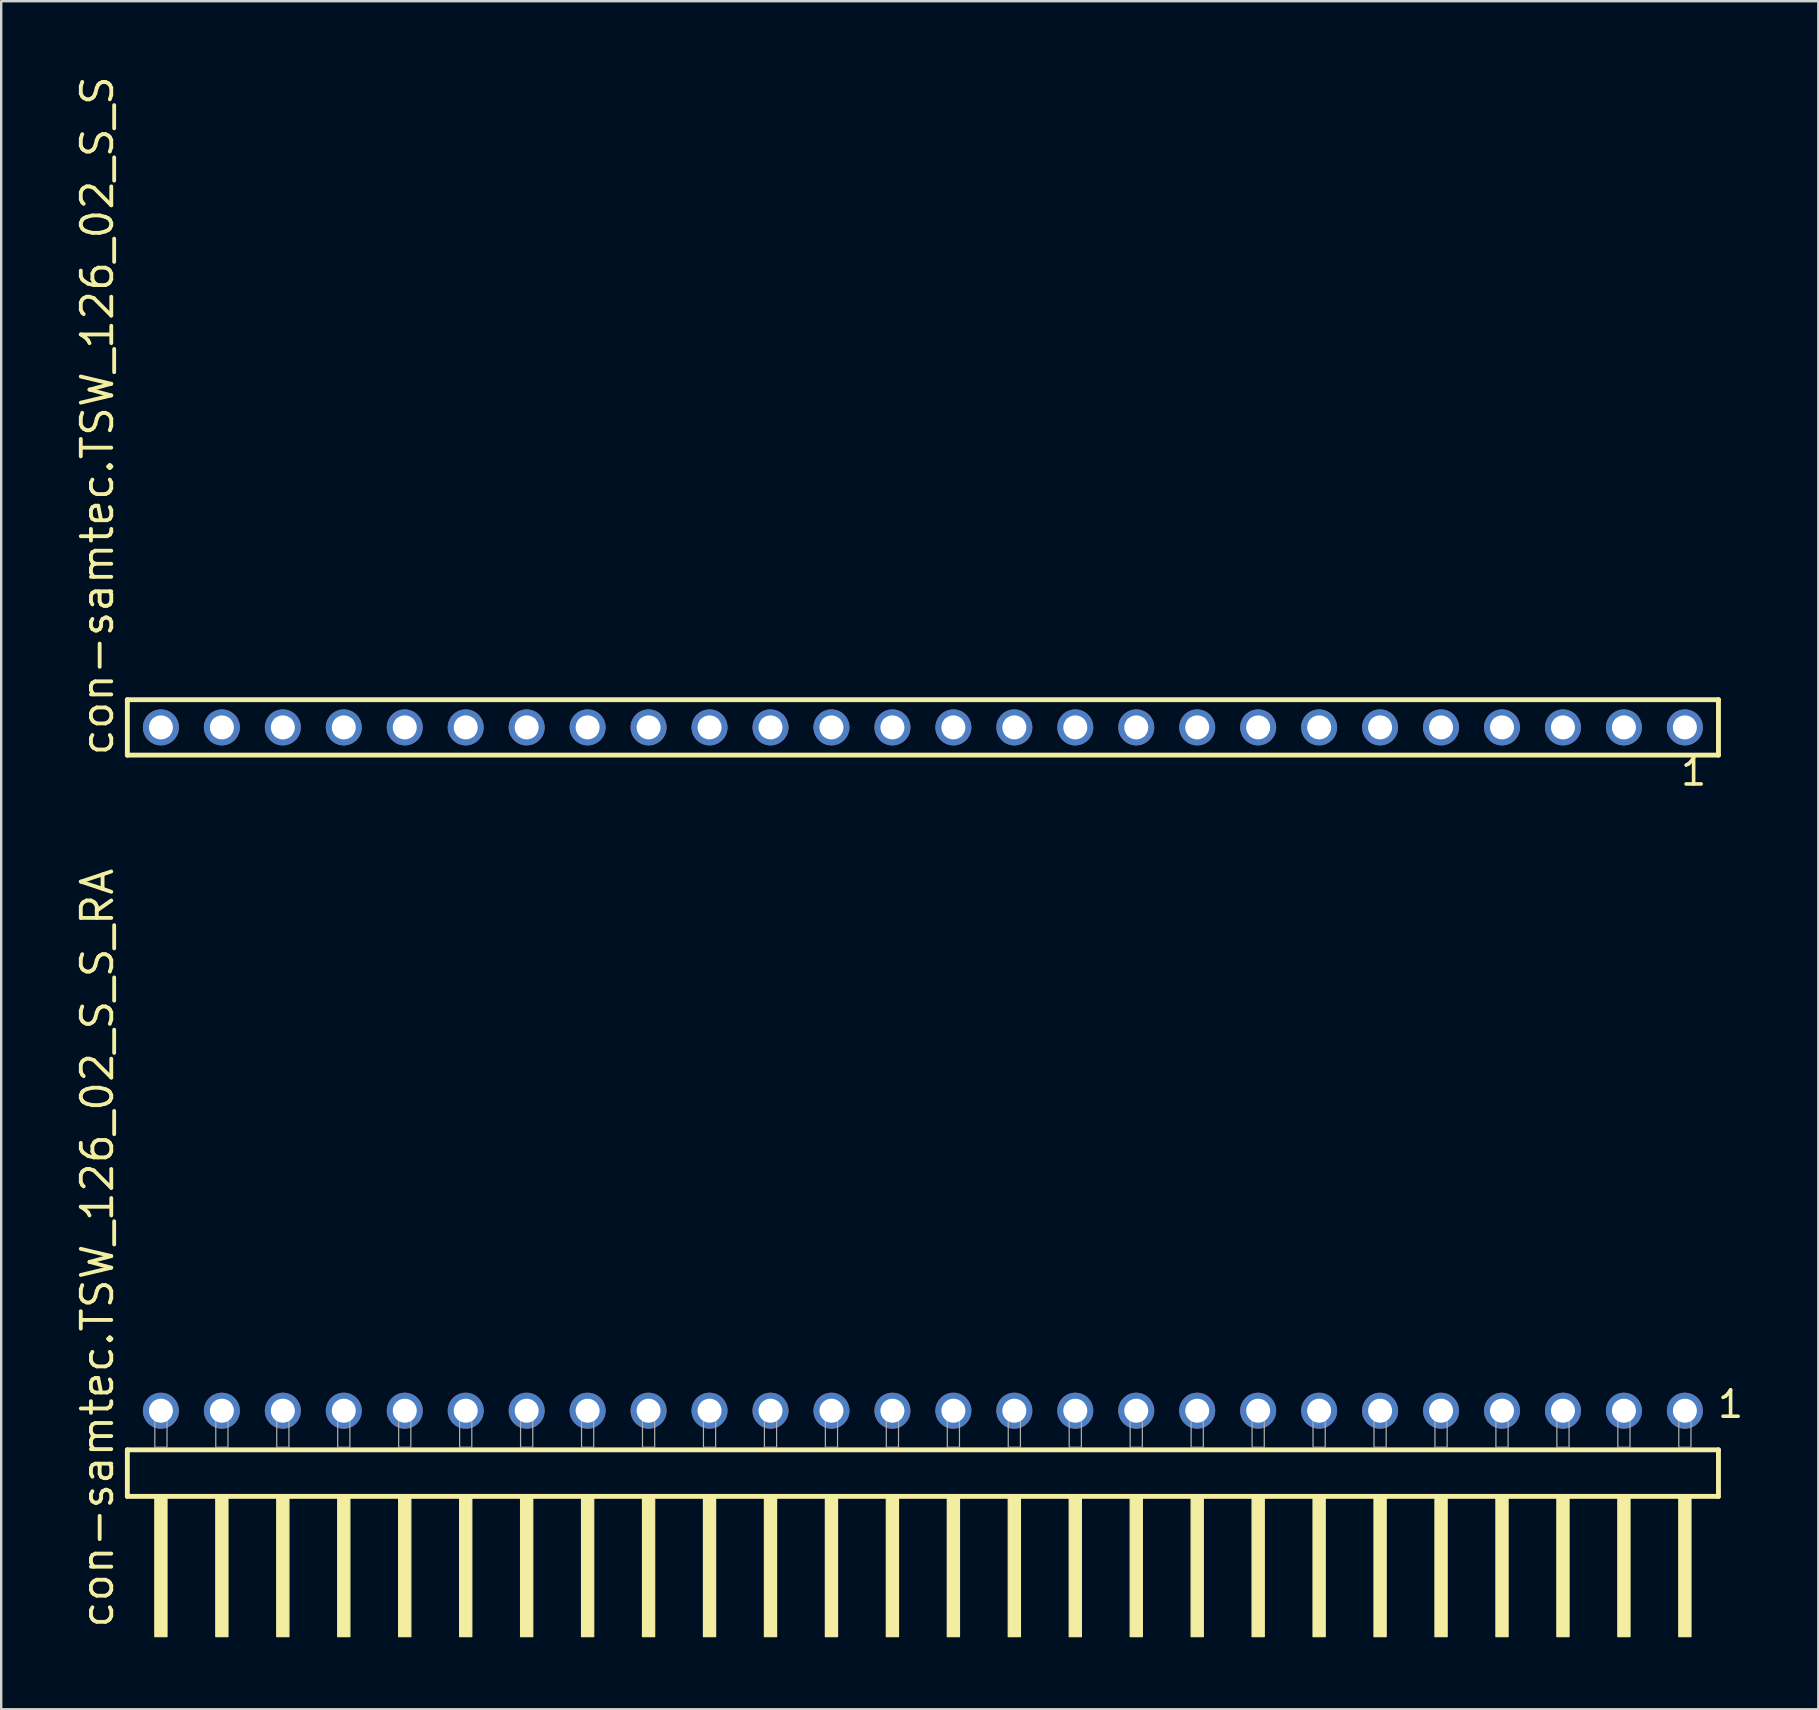
<source format=kicad_pcb>
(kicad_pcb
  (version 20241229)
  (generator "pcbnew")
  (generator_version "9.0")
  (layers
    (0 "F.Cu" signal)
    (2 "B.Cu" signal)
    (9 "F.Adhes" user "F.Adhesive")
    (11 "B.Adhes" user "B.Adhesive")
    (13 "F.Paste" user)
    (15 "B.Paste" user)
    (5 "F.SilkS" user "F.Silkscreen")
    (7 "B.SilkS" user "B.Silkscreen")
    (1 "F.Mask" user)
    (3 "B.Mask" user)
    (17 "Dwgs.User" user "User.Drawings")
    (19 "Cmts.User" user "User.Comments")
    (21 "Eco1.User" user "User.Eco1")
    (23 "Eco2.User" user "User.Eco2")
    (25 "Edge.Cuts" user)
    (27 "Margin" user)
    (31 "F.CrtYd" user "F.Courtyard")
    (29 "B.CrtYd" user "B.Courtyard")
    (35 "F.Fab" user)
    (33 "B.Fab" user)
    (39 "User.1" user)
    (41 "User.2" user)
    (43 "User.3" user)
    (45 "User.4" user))
  (footprint "con-samtec.TSW_126_02_S_S"
    (layer "F.Cu")
    (at 35.405 27.259)
    (property "Reference" "con-samtec.TSW_126_02_S_S" (at -33.655 1.27 90) (layer "F.SilkS") (effects (font (size 1.27 1.27) (thickness 0.16)) (justify left bottom)))
    (attr through_hole)
    (fp_line (start -33.149 -1.155) (end 33.149 -1.155) (stroke (width 0.203) (type default)) (layer "F.SilkS"))
    (fp_line (start -33.149 1.155) (end -33.149 -1.155) (stroke (width 0.203) (type default)) (layer "F.SilkS"))
    (fp_line (start 33.149 -1.155) (end 33.149 1.155) (stroke (width 0.203) (type default)) (layer "F.SilkS"))
    (fp_line (start 33.149 1.155) (end -33.149 1.155) (stroke (width 0.203) (type default)) (layer "F.SilkS"))
    (fp_rect (start -32.1 0.35) (end -31.4 -0.35) (stroke (width 0.05) (type default)) (fill no) (layer "F.Fab"))
    (fp_rect (start -29.56 0.35) (end -28.86 -0.35) (stroke (width 0.05) (type default)) (fill no) (layer "F.Fab"))
    (fp_rect (start -27.02 0.35) (end -26.32 -0.35) (stroke (width 0.05) (type default)) (fill no) (layer "F.Fab"))
    (fp_rect (start -24.48 0.35) (end -23.78 -0.35) (stroke (width 0.05) (type default)) (fill no) (layer "F.Fab"))
    (fp_rect (start -21.94 0.35) (end -21.24 -0.35) (stroke (width 0.05) (type default)) (fill no) (layer "F.Fab"))
    (fp_rect (start -19.4 0.35) (end -18.7 -0.35) (stroke (width 0.05) (type default)) (fill no) (layer "F.Fab"))
    (fp_rect (start -16.86 0.35) (end -16.16 -0.35) (stroke (width 0.05) (type default)) (fill no) (layer "F.Fab"))
    (fp_rect (start -14.32 0.35) (end -13.62 -0.35) (stroke (width 0.05) (type default)) (fill no) (layer "F.Fab"))
    (fp_rect (start -11.78 0.35) (end -11.08 -0.35) (stroke (width 0.05) (type default)) (fill no) (layer "F.Fab"))
    (fp_rect (start -9.24 0.35) (end -8.54 -0.35) (stroke (width 0.05) (type default)) (fill no) (layer "F.Fab"))
    (fp_rect (start -6.7 0.35) (end -6 -0.35) (stroke (width 0.05) (type default)) (fill no) (layer "F.Fab"))
    (fp_rect (start -4.16 0.35) (end -3.46 -0.35) (stroke (width 0.05) (type default)) (fill no) (layer "F.Fab"))
    (fp_rect (start -1.62 0.35) (end -0.92 -0.35) (stroke (width 0.05) (type default)) (fill no) (layer "F.Fab"))
    (fp_rect (start 0.92 0.35) (end 1.62 -0.35) (stroke (width 0.05) (type default)) (fill no) (layer "F.Fab"))
    (fp_rect (start 3.46 0.35) (end 4.16 -0.35) (stroke (width 0.05) (type default)) (fill no) (layer "F.Fab"))
    (fp_rect (start 6 0.35) (end 6.7 -0.35) (stroke (width 0.05) (type default)) (fill no) (layer "F.Fab"))
    (fp_rect (start 8.54 0.35) (end 9.24 -0.35) (stroke (width 0.05) (type default)) (fill no) (layer "F.Fab"))
    (fp_rect (start 11.08 0.35) (end 11.78 -0.35) (stroke (width 0.05) (type default)) (fill no) (layer "F.Fab"))
    (fp_rect (start 13.62 0.35) (end 14.32 -0.35) (stroke (width 0.05) (type default)) (fill no) (layer "F.Fab"))
    (fp_rect (start 16.16 0.35) (end 16.86 -0.35) (stroke (width 0.05) (type default)) (fill no) (layer "F.Fab"))
    (fp_rect (start 18.7 0.35) (end 19.4 -0.35) (stroke (width 0.05) (type default)) (fill no) (layer "F.Fab"))
    (fp_rect (start 21.24 0.35) (end 21.94 -0.35) (stroke (width 0.05) (type default)) (fill no) (layer "F.Fab"))
    (fp_rect (start 23.78 0.35) (end 24.48 -0.35) (stroke (width 0.05) (type default)) (fill no) (layer "F.Fab"))
    (fp_rect (start 26.32 0.35) (end 27.02 -0.35) (stroke (width 0.05) (type default)) (fill no) (layer "F.Fab"))
    (fp_rect (start 28.86 0.35) (end 29.56 -0.35) (stroke (width 0.05) (type default)) (fill no) (layer "F.Fab"))
    (fp_rect (start 31.4 0.35) (end 32.1 -0.35) (stroke (width 0.05) (type default)) (fill no) (layer "F.Fab"))
    (fp_text user "1" (at 31.492 2.498 0) (layer "F.SilkS") (effects (font (size 1.1 1.1) (thickness 0.15)) (justify left bottom)))
    (pad "1" thru_hole circle (at 31.75 0 180) (size 1.5 1.5) (drill 1) (layers "*.Cu" "*.Mask"))
    (pad "2" thru_hole circle (at 29.21 0 180) (size 1.5 1.5) (drill 1) (layers "*.Cu" "*.Mask"))
    (pad "3" thru_hole circle (at 26.67 0 180) (size 1.5 1.5) (drill 1) (layers "*.Cu" "*.Mask"))
    (pad "4" thru_hole circle (at 24.13 0 180) (size 1.5 1.5) (drill 1) (layers "*.Cu" "*.Mask"))
    (pad "5" thru_hole circle (at 21.59 0 180) (size 1.5 1.5) (drill 1) (layers "*.Cu" "*.Mask"))
    (pad "6" thru_hole circle (at 19.05 0 180) (size 1.5 1.5) (drill 1) (layers "*.Cu" "*.Mask"))
    (pad "7" thru_hole circle (at 16.51 0 180) (size 1.5 1.5) (drill 1) (layers "*.Cu" "*.Mask"))
    (pad "8" thru_hole circle (at 13.97 0 180) (size 1.5 1.5) (drill 1) (layers "*.Cu" "*.Mask"))
    (pad "9" thru_hole circle (at 11.43 0 180) (size 1.5 1.5) (drill 1) (layers "*.Cu" "*.Mask"))
    (pad "10" thru_hole circle (at 8.89 0 180) (size 1.5 1.5) (drill 1) (layers "*.Cu" "*.Mask"))
    (pad "11" thru_hole circle (at 6.35 0 180) (size 1.5 1.5) (drill 1) (layers "*.Cu" "*.Mask"))
    (pad "12" thru_hole circle (at 3.81 0 180) (size 1.5 1.5) (drill 1) (layers "*.Cu" "*.Mask"))
    (pad "13" thru_hole circle (at 1.27 0 180) (size 1.5 1.5) (drill 1) (layers "*.Cu" "*.Mask"))
    (pad "14" thru_hole circle (at -1.27 0 180) (size 1.5 1.5) (drill 1) (layers "*.Cu" "*.Mask"))
    (pad "15" thru_hole circle (at -3.81 0 180) (size 1.5 1.5) (drill 1) (layers "*.Cu" "*.Mask"))
    (pad "16" thru_hole circle (at -6.35 0 180) (size 1.5 1.5) (drill 1) (layers "*.Cu" "*.Mask"))
    (pad "17" thru_hole circle (at -8.89 0 180) (size 1.5 1.5) (drill 1) (layers "*.Cu" "*.Mask"))
    (pad "18" thru_hole circle (at -11.43 0 180) (size 1.5 1.5) (drill 1) (layers "*.Cu" "*.Mask"))
    (pad "19" thru_hole circle (at -13.97 0 180) (size 1.5 1.5) (drill 1) (layers "*.Cu" "*.Mask"))
    (pad "20" thru_hole circle (at -16.51 0 180) (size 1.5 1.5) (drill 1) (layers "*.Cu" "*.Mask"))
    (pad "21" thru_hole circle (at -19.05 0 180) (size 1.5 1.5) (drill 1) (layers "*.Cu" "*.Mask"))
    (pad "22" thru_hole circle (at -21.59 0 180) (size 1.5 1.5) (drill 1) (layers "*.Cu" "*.Mask"))
    (pad "23" thru_hole circle (at -24.13 0 180) (size 1.5 1.5) (drill 1) (layers "*.Cu" "*.Mask"))
    (pad "24" thru_hole circle (at -26.67 0 180) (size 1.5 1.5) (drill 1) (layers "*.Cu" "*.Mask"))
    (pad "25" thru_hole circle (at -29.21 0 180) (size 1.5 1.5) (drill 1) (layers "*.Cu" "*.Mask"))
    (pad "26" thru_hole circle (at -31.75 0 180) (size 1.5 1.5) (drill 1) (layers "*.Cu" "*.Mask")))
  (footprint "con-samtec.TSW_126_02_S_S_RA"
    (layer "F.Cu")
    (at 35.405 57.255)
    (property "Reference" "con-samtec.TSW_126_02_S_S_RA" (at -33.655 7.62 90) (layer "F.SilkS") (effects (font (size 1.27 1.27) (thickness 0.16)) (justify left bottom)))
    (attr through_hole)
    (fp_line (start -33.149 0.106) (end -33.149 2.046) (stroke (width 0.203) (type default)) (layer "F.SilkS"))
    (fp_line (start -33.149 2.046) (end 33.149 2.046) (stroke (width 0.203) (type default)) (layer "F.SilkS"))
    (fp_line (start 33.149 0.106) (end -33.149 0.106) (stroke (width 0.203) (type default)) (layer "F.SilkS"))
    (fp_line (start 33.149 2.046) (end 33.149 0.106) (stroke (width 0.203) (type default)) (layer "F.SilkS"))
    (fp_rect (start -32.004 7.89) (end -31.496 2.04) (stroke (width 0.05) (type default)) (fill yes) (layer "F.SilkS"))
    (fp_rect (start -29.464 7.89) (end -28.956 2.04) (stroke (width 0.05) (type default)) (fill yes) (layer "F.SilkS"))
    (fp_rect (start -26.924 7.89) (end -26.416 2.04) (stroke (width 0.05) (type default)) (fill yes) (layer "F.SilkS"))
    (fp_rect (start -24.384 7.89) (end -23.876 2.04) (stroke (width 0.05) (type default)) (fill yes) (layer "F.SilkS"))
    (fp_rect (start -21.844 7.89) (end -21.336 2.04) (stroke (width 0.05) (type default)) (fill yes) (layer "F.SilkS"))
    (fp_rect (start -19.304 7.89) (end -18.796 2.04) (stroke (width 0.05) (type default)) (fill yes) (layer "F.SilkS"))
    (fp_rect (start -16.764 7.89) (end -16.256 2.04) (stroke (width 0.05) (type default)) (fill yes) (layer "F.SilkS"))
    (fp_rect (start -14.224 7.89) (end -13.716 2.04) (stroke (width 0.05) (type default)) (fill yes) (layer "F.SilkS"))
    (fp_rect (start -11.684 7.89) (end -11.176 2.04) (stroke (width 0.05) (type default)) (fill yes) (layer "F.SilkS"))
    (fp_rect (start -9.144 7.89) (end -8.636 2.04) (stroke (width 0.05) (type default)) (fill yes) (layer "F.SilkS"))
    (fp_rect (start -6.604 7.89) (end -6.096 2.04) (stroke (width 0.05) (type default)) (fill yes) (layer "F.SilkS"))
    (fp_rect (start -4.064 7.89) (end -3.556 2.04) (stroke (width 0.05) (type default)) (fill yes) (layer "F.SilkS"))
    (fp_rect (start -1.524 7.89) (end -1.016 2.04) (stroke (width 0.05) (type default)) (fill yes) (layer "F.SilkS"))
    (fp_rect (start 1.016 7.89) (end 1.524 2.04) (stroke (width 0.05) (type default)) (fill yes) (layer "F.SilkS"))
    (fp_rect (start 3.556 7.89) (end 4.064 2.04) (stroke (width 0.05) (type default)) (fill yes) (layer "F.SilkS"))
    (fp_rect (start 6.096 7.89) (end 6.604 2.04) (stroke (width 0.05) (type default)) (fill yes) (layer "F.SilkS"))
    (fp_rect (start 8.636 7.89) (end 9.144 2.04) (stroke (width 0.05) (type default)) (fill yes) (layer "F.SilkS"))
    (fp_rect (start 11.176 7.89) (end 11.684 2.04) (stroke (width 0.05) (type default)) (fill yes) (layer "F.SilkS"))
    (fp_rect (start 13.716 7.89) (end 14.224 2.04) (stroke (width 0.05) (type default)) (fill yes) (layer "F.SilkS"))
    (fp_rect (start 16.256 7.89) (end 16.764 2.04) (stroke (width 0.05) (type default)) (fill yes) (layer "F.SilkS"))
    (fp_rect (start 18.796 7.89) (end 19.304 2.04) (stroke (width 0.05) (type default)) (fill yes) (layer "F.SilkS"))
    (fp_rect (start 21.336 7.89) (end 21.844 2.04) (stroke (width 0.05) (type default)) (fill yes) (layer "F.SilkS"))
    (fp_rect (start 23.876 7.89) (end 24.384 2.04) (stroke (width 0.05) (type default)) (fill yes) (layer "F.SilkS"))
    (fp_rect (start 26.416 7.89) (end 26.924 2.04) (stroke (width 0.05) (type default)) (fill yes) (layer "F.SilkS"))
    (fp_rect (start 28.956 7.89) (end 29.464 2.04) (stroke (width 0.05) (type default)) (fill yes) (layer "F.SilkS"))
    (fp_rect (start 31.496 7.89) (end 32.004 2.04) (stroke (width 0.05) (type default)) (fill yes) (layer "F.SilkS"))
    (fp_rect (start -32.004 0) (end -31.496 -1.778) (stroke (width 0.05) (type default)) (fill no) (layer "F.Fab"))
    (fp_rect (start -29.464 0) (end -28.956 -1.778) (stroke (width 0.05) (type default)) (fill no) (layer "F.Fab"))
    (fp_rect (start -26.924 0) (end -26.416 -1.778) (stroke (width 0.05) (type default)) (fill no) (layer "F.Fab"))
    (fp_rect (start -24.384 0) (end -23.876 -1.778) (stroke (width 0.05) (type default)) (fill no) (layer "F.Fab"))
    (fp_rect (start -21.844 0) (end -21.336 -1.778) (stroke (width 0.05) (type default)) (fill no) (layer "F.Fab"))
    (fp_rect (start -19.304 0) (end -18.796 -1.778) (stroke (width 0.05) (type default)) (fill no) (layer "F.Fab"))
    (fp_rect (start -16.764 0) (end -16.256 -1.778) (stroke (width 0.05) (type default)) (fill no) (layer "F.Fab"))
    (fp_rect (start -14.224 0) (end -13.716 -1.778) (stroke (width 0.05) (type default)) (fill no) (layer "F.Fab"))
    (fp_rect (start -11.684 0) (end -11.176 -1.778) (stroke (width 0.05) (type default)) (fill no) (layer "F.Fab"))
    (fp_rect (start -9.144 0) (end -8.636 -1.778) (stroke (width 0.05) (type default)) (fill no) (layer "F.Fab"))
    (fp_rect (start -6.604 0) (end -6.096 -1.778) (stroke (width 0.05) (type default)) (fill no) (layer "F.Fab"))
    (fp_rect (start -4.064 0) (end -3.556 -1.778) (stroke (width 0.05) (type default)) (fill no) (layer "F.Fab"))
    (fp_rect (start -1.524 0) (end -1.016 -1.778) (stroke (width 0.05) (type default)) (fill no) (layer "F.Fab"))
    (fp_rect (start 1.016 0) (end 1.524 -1.778) (stroke (width 0.05) (type default)) (fill no) (layer "F.Fab"))
    (fp_rect (start 3.556 0) (end 4.064 -1.778) (stroke (width 0.05) (type default)) (fill no) (layer "F.Fab"))
    (fp_rect (start 6.096 0) (end 6.604 -1.778) (stroke (width 0.05) (type default)) (fill no) (layer "F.Fab"))
    (fp_rect (start 8.636 0) (end 9.144 -1.778) (stroke (width 0.05) (type default)) (fill no) (layer "F.Fab"))
    (fp_rect (start 11.176 0) (end 11.684 -1.778) (stroke (width 0.05) (type default)) (fill no) (layer "F.Fab"))
    (fp_rect (start 13.716 0) (end 14.224 -1.778) (stroke (width 0.05) (type default)) (fill no) (layer "F.Fab"))
    (fp_rect (start 16.256 0) (end 16.764 -1.778) (stroke (width 0.05) (type default)) (fill no) (layer "F.Fab"))
    (fp_rect (start 18.796 0) (end 19.304 -1.778) (stroke (width 0.05) (type default)) (fill no) (layer "F.Fab"))
    (fp_rect (start 21.336 0) (end 21.844 -1.778) (stroke (width 0.05) (type default)) (fill no) (layer "F.Fab"))
    (fp_rect (start 23.876 0) (end 24.384 -1.778) (stroke (width 0.05) (type default)) (fill no) (layer "F.Fab"))
    (fp_rect (start 26.416 0) (end 26.924 -1.778) (stroke (width 0.05) (type default)) (fill no) (layer "F.Fab"))
    (fp_rect (start 28.956 0) (end 29.464 -1.778) (stroke (width 0.05) (type default)) (fill no) (layer "F.Fab"))
    (fp_rect (start 31.496 0) (end 32.004 -1.778) (stroke (width 0.05) (type default)) (fill no) (layer "F.Fab"))
    (fp_text user "1" (at 33.032 -1.152 0) (layer "F.SilkS") (effects (font (size 1.1 1.1) (thickness 0.15)) (justify left bottom)))
    (pad "1" thru_hole circle (at 31.75 -1.524 180) (size 1.5 1.5) (drill 1) (layers "*.Cu" "*.Mask"))
    (pad "2" thru_hole circle (at 29.21 -1.524 180) (size 1.5 1.5) (drill 1) (layers "*.Cu" "*.Mask"))
    (pad "3" thru_hole circle (at 26.67 -1.524 180) (size 1.5 1.5) (drill 1) (layers "*.Cu" "*.Mask"))
    (pad "4" thru_hole circle (at 24.13 -1.524 180) (size 1.5 1.5) (drill 1) (layers "*.Cu" "*.Mask"))
    (pad "5" thru_hole circle (at 21.59 -1.524 180) (size 1.5 1.5) (drill 1) (layers "*.Cu" "*.Mask"))
    (pad "6" thru_hole circle (at 19.05 -1.524 180) (size 1.5 1.5) (drill 1) (layers "*.Cu" "*.Mask"))
    (pad "7" thru_hole circle (at 16.51 -1.524 180) (size 1.5 1.5) (drill 1) (layers "*.Cu" "*.Mask"))
    (pad "8" thru_hole circle (at 13.97 -1.524 180) (size 1.5 1.5) (drill 1) (layers "*.Cu" "*.Mask"))
    (pad "9" thru_hole circle (at 11.43 -1.524 180) (size 1.5 1.5) (drill 1) (layers "*.Cu" "*.Mask"))
    (pad "10" thru_hole circle (at 8.89 -1.524 180) (size 1.5 1.5) (drill 1) (layers "*.Cu" "*.Mask"))
    (pad "11" thru_hole circle (at 6.35 -1.524 180) (size 1.5 1.5) (drill 1) (layers "*.Cu" "*.Mask"))
    (pad "12" thru_hole circle (at 3.81 -1.524 180) (size 1.5 1.5) (drill 1) (layers "*.Cu" "*.Mask"))
    (pad "13" thru_hole circle (at 1.27 -1.524 180) (size 1.5 1.5) (drill 1) (layers "*.Cu" "*.Mask"))
    (pad "14" thru_hole circle (at -1.27 -1.524 180) (size 1.5 1.5) (drill 1) (layers "*.Cu" "*.Mask"))
    (pad "15" thru_hole circle (at -3.81 -1.524 180) (size 1.5 1.5) (drill 1) (layers "*.Cu" "*.Mask"))
    (pad "16" thru_hole circle (at -6.35 -1.524 180) (size 1.5 1.5) (drill 1) (layers "*.Cu" "*.Mask"))
    (pad "17" thru_hole circle (at -8.89 -1.524 180) (size 1.5 1.5) (drill 1) (layers "*.Cu" "*.Mask"))
    (pad "18" thru_hole circle (at -11.43 -1.524 180) (size 1.5 1.5) (drill 1) (layers "*.Cu" "*.Mask"))
    (pad "19" thru_hole circle (at -13.97 -1.524 180) (size 1.5 1.5) (drill 1) (layers "*.Cu" "*.Mask"))
    (pad "20" thru_hole circle (at -16.51 -1.524 180) (size 1.5 1.5) (drill 1) (layers "*.Cu" "*.Mask"))
    (pad "21" thru_hole circle (at -19.05 -1.524 180) (size 1.5 1.5) (drill 1) (layers "*.Cu" "*.Mask"))
    (pad "22" thru_hole circle (at -21.59 -1.524 180) (size 1.5 1.5) (drill 1) (layers "*.Cu" "*.Mask"))
    (pad "23" thru_hole circle (at -24.13 -1.524 180) (size 1.5 1.5) (drill 1) (layers "*.Cu" "*.Mask"))
    (pad "24" thru_hole circle (at -26.67 -1.524 180) (size 1.5 1.5) (drill 1) (layers "*.Cu" "*.Mask"))
    (pad "25" thru_hole circle (at -29.21 -1.524 180) (size 1.5 1.5) (drill 1) (layers "*.Cu" "*.Mask"))
    (pad "26" thru_hole circle (at -31.75 -1.524 180) (size 1.5 1.5) (drill 1) (layers "*.Cu" "*.Mask")))
  (gr_rect
    (start -3 -3)
    (end 72.715 68.17)
    (stroke (width 0.1) (type default))
    (fill no)
    (layer "Edge.Cuts")))
</source>
